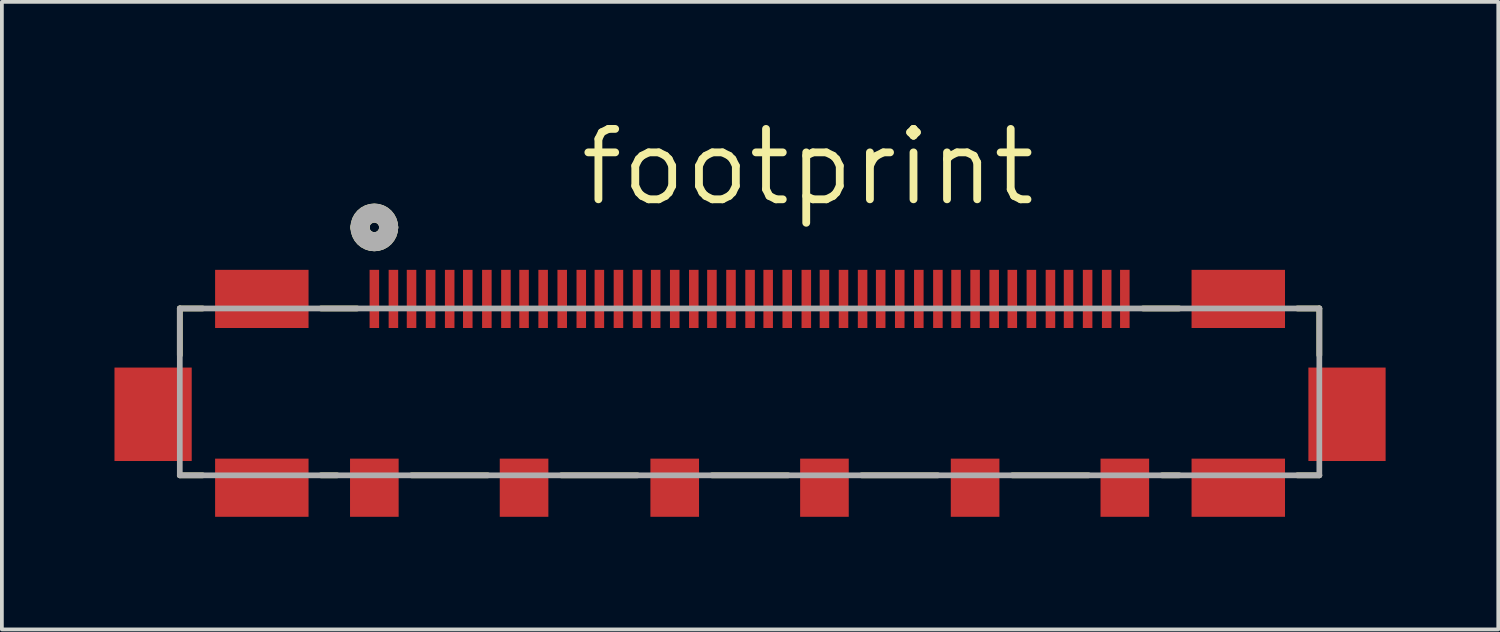
<source format=kicad_pcb>
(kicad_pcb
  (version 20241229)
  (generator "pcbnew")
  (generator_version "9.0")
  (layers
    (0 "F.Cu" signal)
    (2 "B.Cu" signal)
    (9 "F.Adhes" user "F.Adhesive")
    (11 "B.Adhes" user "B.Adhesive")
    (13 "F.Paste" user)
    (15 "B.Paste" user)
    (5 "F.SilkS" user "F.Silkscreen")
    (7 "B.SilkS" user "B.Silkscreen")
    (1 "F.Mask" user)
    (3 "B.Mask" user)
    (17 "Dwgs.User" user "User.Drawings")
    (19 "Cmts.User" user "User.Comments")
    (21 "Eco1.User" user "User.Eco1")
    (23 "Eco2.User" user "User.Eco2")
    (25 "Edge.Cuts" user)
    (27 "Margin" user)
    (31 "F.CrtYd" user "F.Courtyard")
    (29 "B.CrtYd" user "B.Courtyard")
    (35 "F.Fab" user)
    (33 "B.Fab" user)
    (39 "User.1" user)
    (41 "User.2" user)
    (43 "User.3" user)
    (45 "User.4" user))
  (footprint "footprint"
    (layer "F.Cu")
    (at 6.921 4.912)
    (property "Reference" "footprint" (at 5.385 -2.413 0) (layer "F.SilkS") (effects (font (size 1.875 1.875) (thickness 0.208)) (justify left bottom)))
    (fp_line (start -5.182 0.254) (end -5.182 1.499) (stroke (width 0.152) (type solid)) (layer "F.SilkS"))
    (fp_line (start -5.182 4.699) (end -4.572 4.699) (stroke (width 0.152) (type solid)) (layer "F.SilkS"))
    (fp_line (start -4.572 0.254) (end -5.182 0.254) (stroke (width 0.152) (type solid)) (layer "F.SilkS"))
    (fp_line (start -1.422 4.699) (end -0.991 4.699) (stroke (width 0.152) (type solid)) (layer "F.SilkS"))
    (fp_line (start -0.457 0.254) (end -1.422 0.254) (stroke (width 0.152) (type solid)) (layer "F.SilkS"))
    (fp_line (start 0.991 4.699) (end 3.023 4.699) (stroke (width 0.152) (type solid)) (layer "F.SilkS"))
    (fp_line (start 4.978 4.699) (end 7.01 4.699) (stroke (width 0.152) (type solid)) (layer "F.SilkS"))
    (fp_line (start 8.992 4.699) (end 11.024 4.699) (stroke (width 0.152) (type solid)) (layer "F.SilkS"))
    (fp_line (start 12.979 4.699) (end 15.011 4.699) (stroke (width 0.152) (type solid)) (layer "F.SilkS"))
    (fp_line (start 16.993 4.699) (end 19.025 4.699) (stroke (width 0.152) (type solid)) (layer "F.SilkS"))
    (fp_line (start 20.98 4.699) (end 21.438 4.699) (stroke (width 0.152) (type solid)) (layer "F.SilkS"))
    (fp_line (start 21.438 0.254) (end 20.472 0.254) (stroke (width 0.152) (type solid)) (layer "F.SilkS"))
    (fp_line (start 24.587 4.699) (end 25.171 4.699) (stroke (width 0.152) (type solid)) (layer "F.SilkS"))
    (fp_line (start 25.171 0.254) (end 24.587 0.254) (stroke (width 0.152) (type solid)) (layer "F.SilkS"))
    (fp_line (start 25.171 1.499) (end 25.171 0.254) (stroke (width 0.152) (type solid)) (layer "F.SilkS"))
    (fp_arc (start -0.381 -1.905) (mid 0 -2.286) (end 0.381 -1.905) (stroke (width 0.508) (type solid)) (layer "F.SilkS"))
    (fp_arc (start 0.381 -1.905) (mid 0 -1.524) (end -0.381 -1.905) (stroke (width 0.508) (type solid)) (layer "F.SilkS"))
    (fp_line (start -5.182 0.254) (end -5.182 4.699) (stroke (width 0.152) (type solid)) (layer "F.Fab"))
    (fp_line (start -5.182 4.699) (end 25.171 4.699) (stroke (width 0.152) (type solid)) (layer "F.Fab"))
    (fp_line (start 25.171 0.254) (end -5.182 0.254) (stroke (width 0.152) (type solid)) (layer "F.Fab"))
    (fp_line (start 25.171 4.699) (end 25.171 0.254) (stroke (width 0.152) (type solid)) (layer "F.Fab"))
    (fp_arc (start -0.381 -1.905) (mid 0 -2.286) (end 0.381 -1.905) (stroke (width 0.508) (type solid)) (layer "F.Fab"))
    (fp_arc (start 0.381 -1.905) (mid 0 -1.524) (end -0.381 -1.905) (stroke (width 0.508) (type solid)) (layer "F.Fab"))
    (pad "1" smd rect (at 0 0 270) (size 1.549 0.254) (layers "F.Cu" "F.Mask" "F.Paste"))
    (pad "2" smd rect (at 0.508 0 270) (size 1.549 0.254) (layers "F.Cu" "F.Mask" "F.Paste"))
    (pad "3" smd rect (at 0.991 0 270) (size 1.549 0.254) (layers "F.Cu" "F.Mask" "F.Paste"))
    (pad "4" smd rect (at 1.499 0 270) (size 1.549 0.254) (layers "F.Cu" "F.Mask" "F.Paste"))
    (pad "5" smd rect (at 2.007 0 270) (size 1.549 0.254) (layers "F.Cu" "F.Mask" "F.Paste"))
    (pad "6" smd rect (at 2.489 0 270) (size 1.549 0.254) (layers "F.Cu" "F.Mask" "F.Paste"))
    (pad "7" smd rect (at 2.997 0 270) (size 1.549 0.254) (layers "F.Cu" "F.Mask" "F.Paste"))
    (pad "8" smd rect (at 3.505 0 270) (size 1.549 0.254) (layers "F.Cu" "F.Mask" "F.Paste"))
    (pad "9" smd rect (at 3.988 0 270) (size 1.549 0.254) (layers "F.Cu" "F.Mask" "F.Paste"))
    (pad "10" smd rect (at 4.496 0 270) (size 1.549 0.254) (layers "F.Cu" "F.Mask" "F.Paste"))
    (pad "11" smd rect (at 5.004 0 270) (size 1.549 0.254) (layers "F.Cu" "F.Mask" "F.Paste"))
    (pad "12" smd rect (at 5.512 0 270) (size 1.549 0.254) (layers "F.Cu" "F.Mask" "F.Paste"))
    (pad "13" smd rect (at 5.994 0 270) (size 1.549 0.254) (layers "F.Cu" "F.Mask" "F.Paste"))
    (pad "14" smd rect (at 6.502 0 270) (size 1.549 0.254) (layers "F.Cu" "F.Mask" "F.Paste"))
    (pad "15" smd rect (at 7.01 0 270) (size 1.549 0.254) (layers "F.Cu" "F.Mask" "F.Paste"))
    (pad "16" smd rect (at 7.493 0 270) (size 1.549 0.254) (layers "F.Cu" "F.Mask" "F.Paste"))
    (pad "17" smd rect (at 8.001 0 270) (size 1.549 0.254) (layers "F.Cu" "F.Mask" "F.Paste"))
    (pad "18" smd rect (at 8.509 0 270) (size 1.549 0.254) (layers "F.Cu" "F.Mask" "F.Paste"))
    (pad "19" smd rect (at 8.992 0 270) (size 1.549 0.254) (layers "F.Cu" "F.Mask" "F.Paste"))
    (pad "20" smd rect (at 9.5 0 270) (size 1.549 0.254) (layers "F.Cu" "F.Mask" "F.Paste"))
    (pad "21" smd rect (at 10.008 0 270) (size 1.549 0.254) (layers "F.Cu" "F.Mask" "F.Paste"))
    (pad "22" smd rect (at 10.49 0 270) (size 1.549 0.254) (layers "F.Cu" "F.Mask" "F.Paste"))
    (pad "23" smd rect (at 10.998 0 270) (size 1.549 0.254) (layers "F.Cu" "F.Mask" "F.Paste"))
    (pad "24" smd rect (at 11.506 0 270) (size 1.549 0.254) (layers "F.Cu" "F.Mask" "F.Paste"))
    (pad "25" smd rect (at 11.989 0 270) (size 1.549 0.254) (layers "F.Cu" "F.Mask" "F.Paste"))
    (pad "26" smd rect (at 12.497 0 270) (size 1.549 0.254) (layers "F.Cu" "F.Mask" "F.Paste"))
    (pad "27" smd rect (at 13.005 0 270) (size 1.549 0.254) (layers "F.Cu" "F.Mask" "F.Paste"))
    (pad "28" smd rect (at 13.487 0 270) (size 1.549 0.254) (layers "F.Cu" "F.Mask" "F.Paste"))
    (pad "29" smd rect (at 13.995 0 270) (size 1.549 0.254) (layers "F.Cu" "F.Mask" "F.Paste"))
    (pad "30" smd rect (at 14.503 0 270) (size 1.549 0.254) (layers "F.Cu" "F.Mask" "F.Paste"))
    (pad "31" smd rect (at 15.011 0 270) (size 1.549 0.254) (layers "F.Cu" "F.Mask" "F.Paste"))
    (pad "32" smd rect (at 15.494 0 270) (size 1.549 0.254) (layers "F.Cu" "F.Mask" "F.Paste"))
    (pad "33" smd rect (at 16.002 0 270) (size 1.549 0.254) (layers "F.Cu" "F.Mask" "F.Paste"))
    (pad "34" smd rect (at 16.51 0 270) (size 1.549 0.254) (layers "F.Cu" "F.Mask" "F.Paste"))
    (pad "35" smd rect (at 16.993 0 270) (size 1.549 0.254) (layers "F.Cu" "F.Mask" "F.Paste"))
    (pad "36" smd rect (at 17.501 0 270) (size 1.549 0.254) (layers "F.Cu" "F.Mask" "F.Paste"))
    (pad "37" smd rect (at 18.009 0 270) (size 1.549 0.254) (layers "F.Cu" "F.Mask" "F.Paste"))
    (pad "38" smd rect (at 18.491 0 270) (size 1.549 0.254) (layers "F.Cu" "F.Mask" "F.Paste"))
    (pad "39" smd rect (at 18.999 0 270) (size 1.549 0.254) (layers "F.Cu" "F.Mask" "F.Paste"))
    (pad "40" smd rect (at 19.507 0 270) (size 1.549 0.254) (layers "F.Cu" "F.Mask" "F.Paste"))
    (pad "41" smd rect (at 19.99 0 270) (size 1.549 0.254) (layers "F.Cu" "F.Mask" "F.Paste"))
    (pad "42" smd rect (at -2.997 0) (size 2.489 1.549) (layers "F.Cu" "F.Mask" "F.Paste"))
    (pad "43" smd rect (at 23.012 0) (size 2.489 1.549) (layers "F.Cu" "F.Mask" "F.Paste"))
    (pad "44" smd rect (at -5.893 3.073) (size 2.057 2.489) (layers "F.Cu" "F.Mask" "F.Paste"))
    (pad "45" smd rect (at 25.908 3.073) (size 2.057 2.489) (layers "F.Cu" "F.Mask" "F.Paste"))
    (pad "46" smd rect (at -2.997 5.029) (size 2.489 1.549) (layers "F.Cu" "F.Mask" "F.Paste"))
    (pad "47" smd rect (at 23.012 5.029) (size 2.489 1.549) (layers "F.Cu" "F.Mask" "F.Paste"))
    (pad "48" smd rect (at 0 5.029) (size 1.295 1.549) (layers "F.Cu" "F.Mask" "F.Paste"))
    (pad "49" smd rect (at 19.99 5.029) (size 1.295 1.549) (layers "F.Cu" "F.Mask" "F.Paste"))
    (pad "50" smd rect (at 3.988 5.029) (size 1.295 1.549) (layers "F.Cu" "F.Mask" "F.Paste"))
    (pad "51" smd rect (at 16.002 5.029) (size 1.295 1.549) (layers "F.Cu" "F.Mask" "F.Paste"))
    (pad "52" smd rect (at 8.001 5.029) (size 1.295 1.549) (layers "F.Cu" "F.Mask" "F.Paste"))
    (pad "53" smd rect (at 11.989 5.029) (size 1.295 1.549) (layers "F.Cu" "F.Mask" "F.Paste")))
  (gr_rect
    (start -3 -3)
    (end 36.858 13.716)
    (stroke (width 0.1) (type default))
    (fill no)
    (layer "Edge.Cuts")))
</source>
